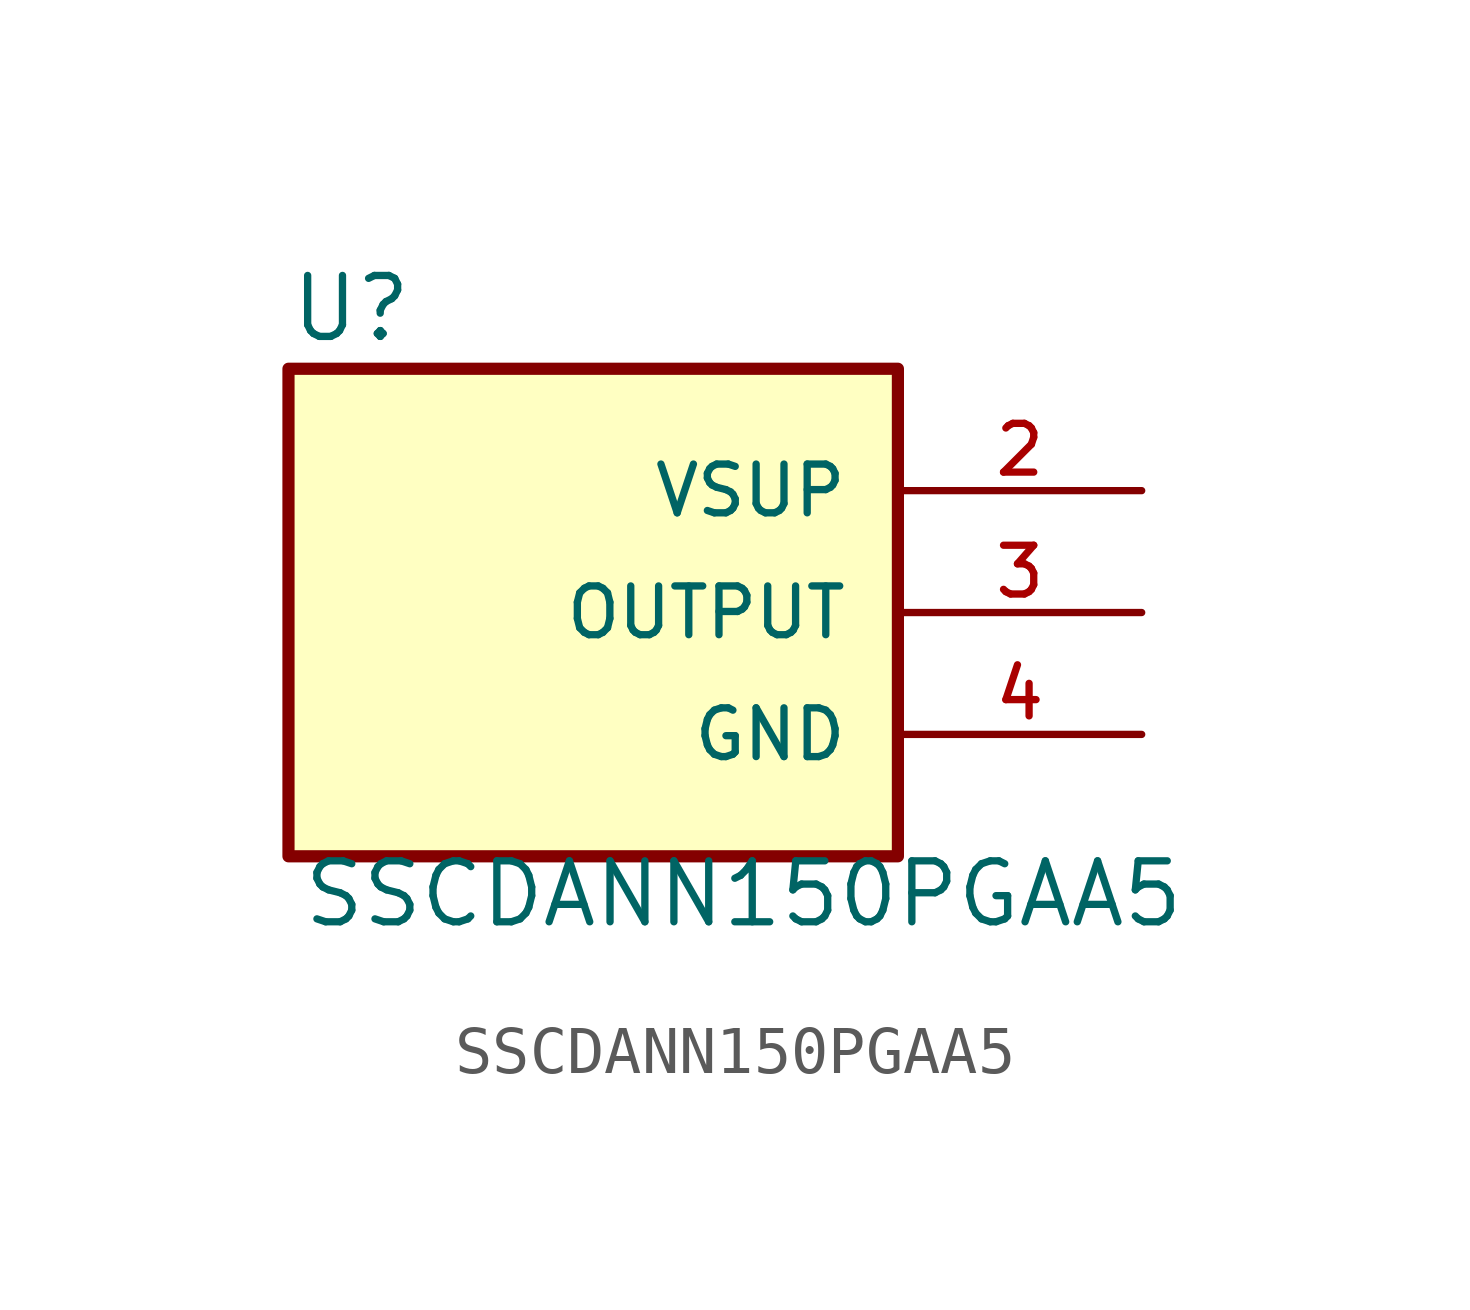
<source format=kicad_sym>
(kicad_symbol_lib
  (version 20211014)
  (generator kicad_symbol_editor)
  (symbol "SSCDANN150PGAA5"
    (pin_names
      (offset 1.016))
    (property "Reference" "U"
      (at -5.083 5.591 0)
      (effects (font (size 1.27 1.27)) (justify bottom left)))
    (property "Value" "SSCDANN150PGAA5"
      (at -4.829 -6.608 0)
      (effects (font (size 1.27 1.27)) (justify bottom left)))
    (symbol "SSCDANN150PGAA5_0_0"
      (rectangle (start -5.08 -5.08) (end 7.62 5.08) (stroke (width 0.254)) (fill (type background)))
      (pin power_in line (at 12.7 2.54 180.0) (length 5.08) (name "VSUP" (effects (font (size 1.016 1.016)))) (number "2" (effects (font (size 1.016 1.016)))))
      (pin output line (at 12.7 0.0 180.0) (length 5.08) (name "OUTPUT" (effects (font (size 1.016 1.016)))) (number "3" (effects (font (size 1.016 1.016)))))
      (pin power_in line (at 12.7 -2.54 180.0) (length 5.08) (name "GND" (effects (font (size 1.016 1.016)))) (number "4" (effects (font (size 1.016 1.016))))))))
</source>
